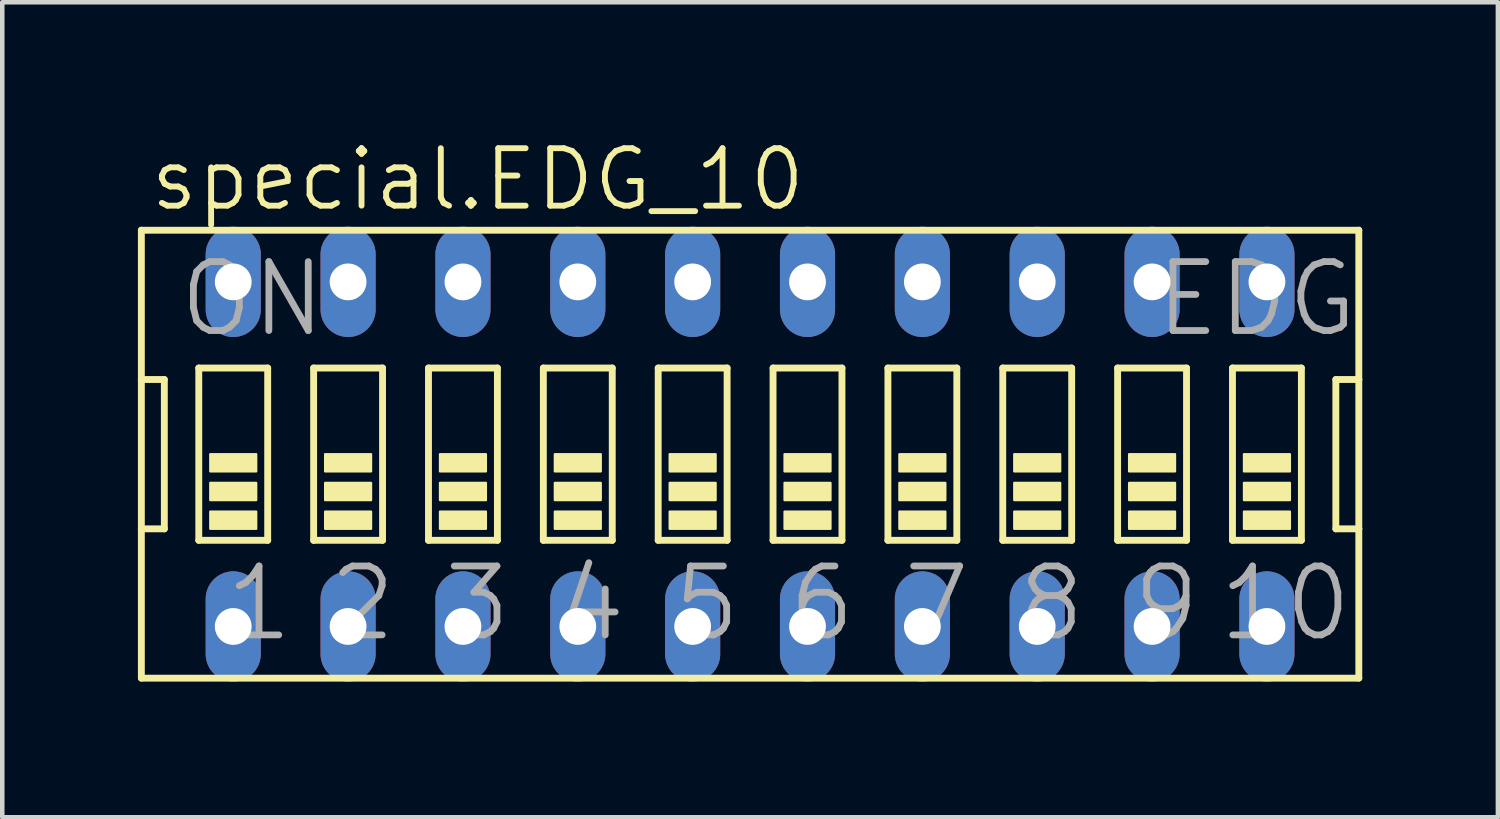
<source format=kicad_pcb>
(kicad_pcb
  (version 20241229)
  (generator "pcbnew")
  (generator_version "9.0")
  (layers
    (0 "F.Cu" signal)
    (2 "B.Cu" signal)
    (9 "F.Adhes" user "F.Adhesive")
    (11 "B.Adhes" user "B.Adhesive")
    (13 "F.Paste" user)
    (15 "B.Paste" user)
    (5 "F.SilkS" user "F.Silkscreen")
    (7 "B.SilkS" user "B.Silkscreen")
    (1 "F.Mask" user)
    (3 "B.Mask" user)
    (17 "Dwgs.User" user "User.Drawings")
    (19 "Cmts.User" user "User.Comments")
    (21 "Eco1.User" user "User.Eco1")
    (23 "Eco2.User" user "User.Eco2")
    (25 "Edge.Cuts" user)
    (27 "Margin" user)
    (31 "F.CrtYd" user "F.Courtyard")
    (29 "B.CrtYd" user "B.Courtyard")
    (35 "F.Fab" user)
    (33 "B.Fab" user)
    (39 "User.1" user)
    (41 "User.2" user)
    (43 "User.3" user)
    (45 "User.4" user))
  (footprint "special.EDG_10"
    (layer "F.Cu")
    (at 13.538 6.994)
    (property "Reference" "special.EDG_10" (at -13.335 -5.334 0) (layer "F.SilkS") (effects (font (size 1.27 1.27) (thickness 0.13)) (justify left bottom)))
    (attr through_hole)
    (fp_line (start -13.462 -4.953) (end -13.462 -1.651) (stroke (width 0.152) (type default)) (layer "F.SilkS"))
    (fp_line (start -13.462 -1.651) (end -13.462 1.651) (stroke (width 0.152) (type default)) (layer "F.SilkS"))
    (fp_line (start -13.462 1.651) (end -13.462 4.953) (stroke (width 0.152) (type default)) (layer "F.SilkS"))
    (fp_line (start -13.462 1.651) (end -12.954 1.651) (stroke (width 0.152) (type default)) (layer "F.SilkS"))
    (fp_line (start -13.462 4.953) (end 13.462 4.953) (stroke (width 0.152) (type default)) (layer "F.SilkS"))
    (fp_line (start -12.954 -1.651) (end -13.462 -1.651) (stroke (width 0.152) (type default)) (layer "F.SilkS"))
    (fp_line (start -12.954 1.651) (end -12.954 -1.651) (stroke (width 0.152) (type default)) (layer "F.SilkS"))
    (fp_line (start -12.192 -1.905) (end -12.192 1.905) (stroke (width 0.152) (type default)) (layer "F.SilkS"))
    (fp_line (start -12.192 -1.905) (end -10.668 -1.905) (stroke (width 0.152) (type default)) (layer "F.SilkS"))
    (fp_line (start -10.668 1.905) (end -12.192 1.905) (stroke (width 0.152) (type default)) (layer "F.SilkS"))
    (fp_line (start -10.668 1.905) (end -10.668 -1.905) (stroke (width 0.152) (type default)) (layer "F.SilkS"))
    (fp_line (start -9.652 -1.905) (end -9.652 1.905) (stroke (width 0.152) (type default)) (layer "F.SilkS"))
    (fp_line (start -9.652 -1.905) (end -8.128 -1.905) (stroke (width 0.152) (type default)) (layer "F.SilkS"))
    (fp_line (start -8.128 1.905) (end -9.652 1.905) (stroke (width 0.152) (type default)) (layer "F.SilkS"))
    (fp_line (start -8.128 1.905) (end -8.128 -1.905) (stroke (width 0.152) (type default)) (layer "F.SilkS"))
    (fp_line (start -7.112 -1.905) (end -7.112 1.905) (stroke (width 0.152) (type default)) (layer "F.SilkS"))
    (fp_line (start -7.112 -1.905) (end -5.588 -1.905) (stroke (width 0.152) (type default)) (layer "F.SilkS"))
    (fp_line (start -5.588 1.905) (end -7.112 1.905) (stroke (width 0.152) (type default)) (layer "F.SilkS"))
    (fp_line (start -5.588 1.905) (end -5.588 -1.905) (stroke (width 0.152) (type default)) (layer "F.SilkS"))
    (fp_line (start -4.572 -1.905) (end -4.572 1.905) (stroke (width 0.152) (type default)) (layer "F.SilkS"))
    (fp_line (start -4.572 -1.905) (end -3.048 -1.905) (stroke (width 0.152) (type default)) (layer "F.SilkS"))
    (fp_line (start -3.048 1.905) (end -4.572 1.905) (stroke (width 0.152) (type default)) (layer "F.SilkS"))
    (fp_line (start -3.048 1.905) (end -3.048 -1.905) (stroke (width 0.152) (type default)) (layer "F.SilkS"))
    (fp_line (start -2.032 -1.905) (end -2.032 1.905) (stroke (width 0.152) (type default)) (layer "F.SilkS"))
    (fp_line (start -2.032 -1.905) (end -0.508 -1.905) (stroke (width 0.152) (type default)) (layer "F.SilkS"))
    (fp_line (start -0.508 1.905) (end -2.032 1.905) (stroke (width 0.152) (type default)) (layer "F.SilkS"))
    (fp_line (start -0.508 1.905) (end -0.508 -1.905) (stroke (width 0.152) (type default)) (layer "F.SilkS"))
    (fp_line (start 0.508 -1.905) (end 0.508 1.905) (stroke (width 0.152) (type default)) (layer "F.SilkS"))
    (fp_line (start 0.508 -1.905) (end 2.032 -1.905) (stroke (width 0.152) (type default)) (layer "F.SilkS"))
    (fp_line (start 2.032 1.905) (end 0.508 1.905) (stroke (width 0.152) (type default)) (layer "F.SilkS"))
    (fp_line (start 2.032 1.905) (end 2.032 -1.905) (stroke (width 0.152) (type default)) (layer "F.SilkS"))
    (fp_line (start 3.048 -1.905) (end 3.048 1.905) (stroke (width 0.152) (type default)) (layer "F.SilkS"))
    (fp_line (start 3.048 -1.905) (end 4.572 -1.905) (stroke (width 0.152) (type default)) (layer "F.SilkS"))
    (fp_line (start 4.572 1.905) (end 3.048 1.905) (stroke (width 0.152) (type default)) (layer "F.SilkS"))
    (fp_line (start 4.572 1.905) (end 4.572 -1.905) (stroke (width 0.152) (type default)) (layer "F.SilkS"))
    (fp_line (start 5.588 -1.905) (end 5.588 1.905) (stroke (width 0.152) (type default)) (layer "F.SilkS"))
    (fp_line (start 5.588 -1.905) (end 7.112 -1.905) (stroke (width 0.152) (type default)) (layer "F.SilkS"))
    (fp_line (start 7.112 1.905) (end 5.588 1.905) (stroke (width 0.152) (type default)) (layer "F.SilkS"))
    (fp_line (start 7.112 1.905) (end 7.112 -1.905) (stroke (width 0.152) (type default)) (layer "F.SilkS"))
    (fp_line (start 8.128 -1.905) (end 8.128 1.905) (stroke (width 0.152) (type default)) (layer "F.SilkS"))
    (fp_line (start 8.128 -1.905) (end 9.652 -1.905) (stroke (width 0.152) (type default)) (layer "F.SilkS"))
    (fp_line (start 9.652 1.905) (end 8.128 1.905) (stroke (width 0.152) (type default)) (layer "F.SilkS"))
    (fp_line (start 9.652 1.905) (end 9.652 -1.905) (stroke (width 0.152) (type default)) (layer "F.SilkS"))
    (fp_line (start 10.668 -1.905) (end 10.668 1.905) (stroke (width 0.152) (type default)) (layer "F.SilkS"))
    (fp_line (start 10.668 -1.905) (end 12.192 -1.905) (stroke (width 0.152) (type default)) (layer "F.SilkS"))
    (fp_line (start 12.192 1.905) (end 10.668 1.905) (stroke (width 0.152) (type default)) (layer "F.SilkS"))
    (fp_line (start 12.192 1.905) (end 12.192 -1.905) (stroke (width 0.152) (type default)) (layer "F.SilkS"))
    (fp_line (start 12.954 -1.651) (end 12.954 1.651) (stroke (width 0.152) (type default)) (layer "F.SilkS"))
    (fp_line (start 12.954 1.651) (end 13.462 1.651) (stroke (width 0.152) (type default)) (layer "F.SilkS"))
    (fp_line (start 13.462 -4.953) (end -13.462 -4.953) (stroke (width 0.152) (type default)) (layer "F.SilkS"))
    (fp_line (start 13.462 -1.651) (end 12.954 -1.651) (stroke (width 0.152) (type default)) (layer "F.SilkS"))
    (fp_line (start 13.462 -1.651) (end 13.462 -4.953) (stroke (width 0.152) (type default)) (layer "F.SilkS"))
    (fp_line (start 13.462 1.651) (end 13.462 -1.651) (stroke (width 0.152) (type default)) (layer "F.SilkS"))
    (fp_line (start 13.462 4.953) (end 13.462 1.651) (stroke (width 0.152) (type default)) (layer "F.SilkS"))
    (fp_rect (start -11.938 0.381) (end -10.922 0) (stroke (width 0.05) (type default)) (fill yes) (layer "F.SilkS"))
    (fp_rect (start -11.938 1.016) (end -10.922 0.635) (stroke (width 0.05) (type default)) (fill yes) (layer "F.SilkS"))
    (fp_rect (start -11.938 1.651) (end -10.922 1.27) (stroke (width 0.05) (type default)) (fill yes) (layer "F.SilkS"))
    (fp_rect (start -9.398 0.381) (end -8.382 0) (stroke (width 0.05) (type default)) (fill yes) (layer "F.SilkS"))
    (fp_rect (start -9.398 1.016) (end -8.382 0.635) (stroke (width 0.05) (type default)) (fill yes) (layer "F.SilkS"))
    (fp_rect (start -9.398 1.651) (end -8.382 1.27) (stroke (width 0.05) (type default)) (fill yes) (layer "F.SilkS"))
    (fp_rect (start -6.858 0.381) (end -5.842 0) (stroke (width 0.05) (type default)) (fill yes) (layer "F.SilkS"))
    (fp_rect (start -6.858 1.016) (end -5.842 0.635) (stroke (width 0.05) (type default)) (fill yes) (layer "F.SilkS"))
    (fp_rect (start -6.858 1.651) (end -5.842 1.27) (stroke (width 0.05) (type default)) (fill yes) (layer "F.SilkS"))
    (fp_rect (start -4.318 0.381) (end -3.302 0) (stroke (width 0.05) (type default)) (fill yes) (layer "F.SilkS"))
    (fp_rect (start -4.318 1.016) (end -3.302 0.635) (stroke (width 0.05) (type default)) (fill yes) (layer "F.SilkS"))
    (fp_rect (start -4.318 1.651) (end -3.302 1.27) (stroke (width 0.05) (type default)) (fill yes) (layer "F.SilkS"))
    (fp_rect (start -1.778 0.381) (end -0.762 0) (stroke (width 0.05) (type default)) (fill yes) (layer "F.SilkS"))
    (fp_rect (start -1.778 1.016) (end -0.762 0.635) (stroke (width 0.05) (type default)) (fill yes) (layer "F.SilkS"))
    (fp_rect (start -1.778 1.651) (end -0.762 1.27) (stroke (width 0.05) (type default)) (fill yes) (layer "F.SilkS"))
    (fp_rect (start 0.762 0.381) (end 1.778 0) (stroke (width 0.05) (type default)) (fill yes) (layer "F.SilkS"))
    (fp_rect (start 0.762 1.016) (end 1.778 0.635) (stroke (width 0.05) (type default)) (fill yes) (layer "F.SilkS"))
    (fp_rect (start 0.762 1.651) (end 1.778 1.27) (stroke (width 0.05) (type default)) (fill yes) (layer "F.SilkS"))
    (fp_rect (start 3.302 0.381) (end 4.318 0) (stroke (width 0.05) (type default)) (fill yes) (layer "F.SilkS"))
    (fp_rect (start 3.302 1.016) (end 4.318 0.635) (stroke (width 0.05) (type default)) (fill yes) (layer "F.SilkS"))
    (fp_rect (start 3.302 1.651) (end 4.318 1.27) (stroke (width 0.05) (type default)) (fill yes) (layer "F.SilkS"))
    (fp_rect (start 5.842 0.381) (end 6.858 0) (stroke (width 0.05) (type default)) (fill yes) (layer "F.SilkS"))
    (fp_rect (start 5.842 1.016) (end 6.858 0.635) (stroke (width 0.05) (type default)) (fill yes) (layer "F.SilkS"))
    (fp_rect (start 5.842 1.651) (end 6.858 1.27) (stroke (width 0.05) (type default)) (fill yes) (layer "F.SilkS"))
    (fp_rect (start 8.382 0.381) (end 9.398 0) (stroke (width 0.05) (type default)) (fill yes) (layer "F.SilkS"))
    (fp_rect (start 8.382 1.016) (end 9.398 0.635) (stroke (width 0.05) (type default)) (fill yes) (layer "F.SilkS"))
    (fp_rect (start 8.382 1.651) (end 9.398 1.27) (stroke (width 0.05) (type default)) (fill yes) (layer "F.SilkS"))
    (fp_rect (start 10.922 0.381) (end 11.938 0) (stroke (width 0.05) (type default)) (fill yes) (layer "F.SilkS"))
    (fp_rect (start 10.922 1.016) (end 11.938 0.635) (stroke (width 0.05) (type default)) (fill yes) (layer "F.SilkS"))
    (fp_rect (start 10.922 1.651) (end 11.938 1.27) (stroke (width 0.05) (type default)) (fill yes) (layer "F.SilkS"))
    (fp_text user "EDG" (at 8.89 -2.54 0) (layer "F.Fab") (effects (font (size 1.524 1.524) (thickness 0.15)) (justify left bottom)))
    (fp_text user "3" (at -6.858 4.191 0) (layer "F.Fab") (effects (font (size 1.524 1.524) (thickness 0.15)) (justify left bottom)))
    (fp_text user "10" (at 10.287 4.191 0) (layer "F.Fab") (effects (font (size 1.524 1.524) (thickness 0.15)) (justify left bottom)))
    (fp_text user "5" (at -1.778 4.191 0) (layer "F.Fab") (effects (font (size 1.524 1.524) (thickness 0.15)) (justify left bottom)))
    (fp_text user "ON" (at -12.7 -2.54 0) (layer "F.Fab") (effects (font (size 1.524 1.524) (thickness 0.15)) (justify left bottom)))
    (fp_text user "2" (at -9.398 4.191 0) (layer "F.Fab") (effects (font (size 1.524 1.524) (thickness 0.15)) (justify left bottom)))
    (fp_text user "8" (at 5.842 4.191 0) (layer "F.Fab") (effects (font (size 1.524 1.524) (thickness 0.15)) (justify left bottom)))
    (fp_text user "7" (at 3.302 4.191 0) (layer "F.Fab") (effects (font (size 1.524 1.524) (thickness 0.15)) (justify left bottom)))
    (fp_text user "4" (at -4.318 4.191 0) (layer "F.Fab") (effects (font (size 1.524 1.524) (thickness 0.15)) (justify left bottom)))
    (fp_text user "6" (at 0.762 4.191 0) (layer "F.Fab") (effects (font (size 1.524 1.524) (thickness 0.15)) (justify left bottom)))
    (fp_text user "9" (at 8.382 4.191 0) (layer "F.Fab") (effects (font (size 1.524 1.524) (thickness 0.15)) (justify left bottom)))
    (fp_text user "1" (at -11.684 4.191 0) (layer "F.Fab") (effects (font (size 1.524 1.524) (thickness 0.15)) (justify left bottom)))
    (pad "1" thru_hole oval (at -11.43 3.81 90) (size 2.438 1.219) (drill 0.813) (layers "*.Cu" "*.Mask"))
    (pad "2" thru_hole oval (at -8.89 3.81 90) (size 2.438 1.219) (drill 0.813) (layers "*.Cu" "*.Mask"))
    (pad "3" thru_hole oval (at -6.35 3.81 90) (size 2.438 1.219) (drill 0.813) (layers "*.Cu" "*.Mask"))
    (pad "4" thru_hole oval (at -3.81 3.81 90) (size 2.438 1.219) (drill 0.813) (layers "*.Cu" "*.Mask"))
    (pad "5" thru_hole oval (at -1.27 3.81 90) (size 2.438 1.219) (drill 0.813) (layers "*.Cu" "*.Mask"))
    (pad "6" thru_hole oval (at 1.27 3.81 90) (size 2.438 1.219) (drill 0.813) (layers "*.Cu" "*.Mask"))
    (pad "7" thru_hole oval (at 3.81 3.81 90) (size 2.438 1.219) (drill 0.813) (layers "*.Cu" "*.Mask"))
    (pad "8" thru_hole oval (at 6.35 3.81 90) (size 2.438 1.219) (drill 0.813) (layers "*.Cu" "*.Mask"))
    (pad "9" thru_hole oval (at 8.89 3.81 90) (size 2.438 1.219) (drill 0.813) (layers "*.Cu" "*.Mask"))
    (pad "10" thru_hole oval (at 11.43 3.81 90) (size 2.438 1.219) (drill 0.813) (layers "*.Cu" "*.Mask"))
    (pad "11" thru_hole oval (at 11.43 -3.81 90) (size 2.438 1.219) (drill 0.813) (layers "*.Cu" "*.Mask"))
    (pad "12" thru_hole oval (at 8.89 -3.81 90) (size 2.438 1.219) (drill 0.813) (layers "*.Cu" "*.Mask"))
    (pad "13" thru_hole oval (at 6.35 -3.81 90) (size 2.438 1.219) (drill 0.813) (layers "*.Cu" "*.Mask"))
    (pad "14" thru_hole oval (at 3.81 -3.81 90) (size 2.438 1.219) (drill 0.813) (layers "*.Cu" "*.Mask"))
    (pad "15" thru_hole oval (at 1.27 -3.81 90) (size 2.438 1.219) (drill 0.813) (layers "*.Cu" "*.Mask"))
    (pad "16" thru_hole oval (at -1.27 -3.81 90) (size 2.438 1.219) (drill 0.813) (layers "*.Cu" "*.Mask"))
    (pad "17" thru_hole oval (at -3.81 -3.81 90) (size 2.438 1.219) (drill 0.813) (layers "*.Cu" "*.Mask"))
    (pad "18" thru_hole oval (at -6.35 -3.81 90) (size 2.438 1.219) (drill 0.813) (layers "*.Cu" "*.Mask"))
    (pad "19" thru_hole oval (at -8.89 -3.81 90) (size 2.438 1.219) (drill 0.813) (layers "*.Cu" "*.Mask"))
    (pad "20" thru_hole oval (at -11.43 -3.81 90) (size 2.438 1.219) (drill 0.813) (layers "*.Cu" "*.Mask")))
  (gr_rect
    (start -3 -3)
    (end 30.076 15.023)
    (stroke (width 0.1) (type default))
    (fill no)
    (layer "Edge.Cuts")))
</source>
